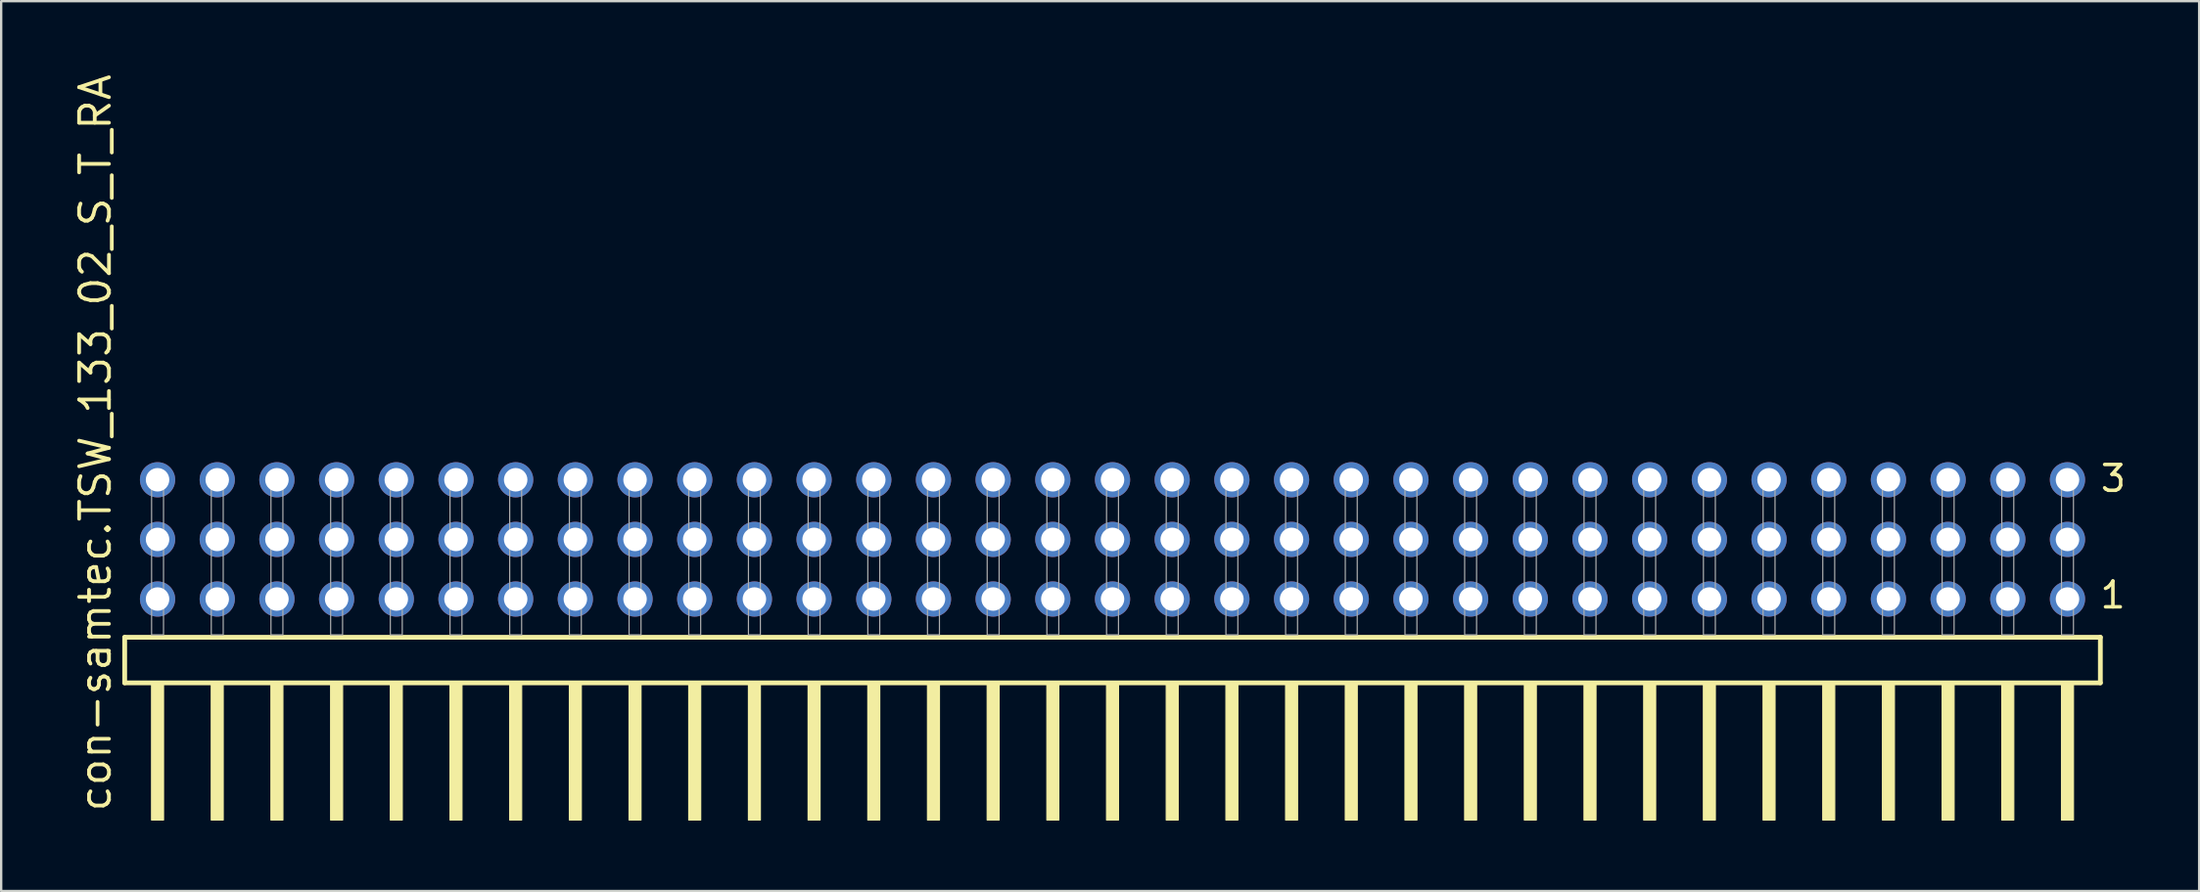
<source format=kicad_pcb>
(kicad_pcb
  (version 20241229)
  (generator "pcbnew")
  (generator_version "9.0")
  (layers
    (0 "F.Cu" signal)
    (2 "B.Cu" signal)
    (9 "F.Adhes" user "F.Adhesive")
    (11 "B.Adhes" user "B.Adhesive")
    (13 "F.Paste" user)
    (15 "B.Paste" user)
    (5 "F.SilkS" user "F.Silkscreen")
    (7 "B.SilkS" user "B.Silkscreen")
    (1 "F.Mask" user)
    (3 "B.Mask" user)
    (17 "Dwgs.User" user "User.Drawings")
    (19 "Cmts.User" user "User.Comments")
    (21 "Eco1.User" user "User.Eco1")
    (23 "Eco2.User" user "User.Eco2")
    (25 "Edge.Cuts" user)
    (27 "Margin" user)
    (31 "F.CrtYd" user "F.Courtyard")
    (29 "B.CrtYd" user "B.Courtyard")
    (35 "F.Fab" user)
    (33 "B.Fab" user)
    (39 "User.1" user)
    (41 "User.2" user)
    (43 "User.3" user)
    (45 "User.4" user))
  (footprint "con-samtec.TSW_133_02_S_T_RA"
    (layer "F.Cu")
    (at 44.295 23.993)
    (property "Reference" "con-samtec.TSW_133_02_S_T_RA" (at -42.545 7.62 90) (layer "F.SilkS") (effects (font (size 1.27 1.27) (thickness 0.16)) (justify left bottom)))
    (attr through_hole)
    (fp_line (start -42.039 0.106) (end -42.039 2.046) (stroke (width 0.203) (type default)) (layer "F.SilkS"))
    (fp_line (start -42.039 2.046) (end 42.039 2.046) (stroke (width 0.203) (type default)) (layer "F.SilkS"))
    (fp_line (start 42.039 0.106) (end -42.039 0.106) (stroke (width 0.203) (type default)) (layer "F.SilkS"))
    (fp_line (start 42.039 2.046) (end 42.039 0.106) (stroke (width 0.203) (type default)) (layer "F.SilkS"))
    (fp_rect (start -40.894 7.89) (end -40.386 2.04) (stroke (width 0.05) (type default)) (fill yes) (layer "F.SilkS"))
    (fp_rect (start -38.354 7.89) (end -37.846 2.04) (stroke (width 0.05) (type default)) (fill yes) (layer "F.SilkS"))
    (fp_rect (start -35.814 7.89) (end -35.306 2.04) (stroke (width 0.05) (type default)) (fill yes) (layer "F.SilkS"))
    (fp_rect (start -33.274 7.89) (end -32.766 2.04) (stroke (width 0.05) (type default)) (fill yes) (layer "F.SilkS"))
    (fp_rect (start -30.734 7.89) (end -30.226 2.04) (stroke (width 0.05) (type default)) (fill yes) (layer "F.SilkS"))
    (fp_rect (start -28.194 7.89) (end -27.686 2.04) (stroke (width 0.05) (type default)) (fill yes) (layer "F.SilkS"))
    (fp_rect (start -25.654 7.89) (end -25.146 2.04) (stroke (width 0.05) (type default)) (fill yes) (layer "F.SilkS"))
    (fp_rect (start -23.114 7.89) (end -22.606 2.04) (stroke (width 0.05) (type default)) (fill yes) (layer "F.SilkS"))
    (fp_rect (start -20.574 7.89) (end -20.066 2.04) (stroke (width 0.05) (type default)) (fill yes) (layer "F.SilkS"))
    (fp_rect (start -18.034 7.89) (end -17.526 2.04) (stroke (width 0.05) (type default)) (fill yes) (layer "F.SilkS"))
    (fp_rect (start -15.494 7.89) (end -14.986 2.04) (stroke (width 0.05) (type default)) (fill yes) (layer "F.SilkS"))
    (fp_rect (start -12.954 7.89) (end -12.446 2.04) (stroke (width 0.05) (type default)) (fill yes) (layer "F.SilkS"))
    (fp_rect (start -10.414 7.89) (end -9.906 2.04) (stroke (width 0.05) (type default)) (fill yes) (layer "F.SilkS"))
    (fp_rect (start -7.874 7.89) (end -7.366 2.04) (stroke (width 0.05) (type default)) (fill yes) (layer "F.SilkS"))
    (fp_rect (start -5.334 7.89) (end -4.826 2.04) (stroke (width 0.05) (type default)) (fill yes) (layer "F.SilkS"))
    (fp_rect (start -2.794 7.89) (end -2.286 2.04) (stroke (width 0.05) (type default)) (fill yes) (layer "F.SilkS"))
    (fp_rect (start -0.254 7.89) (end 0.254 2.04) (stroke (width 0.05) (type default)) (fill yes) (layer "F.SilkS"))
    (fp_rect (start 2.286 7.89) (end 2.794 2.04) (stroke (width 0.05) (type default)) (fill yes) (layer "F.SilkS"))
    (fp_rect (start 4.826 7.89) (end 5.334 2.04) (stroke (width 0.05) (type default)) (fill yes) (layer "F.SilkS"))
    (fp_rect (start 7.366 7.89) (end 7.874 2.04) (stroke (width 0.05) (type default)) (fill yes) (layer "F.SilkS"))
    (fp_rect (start 9.906 7.89) (end 10.414 2.04) (stroke (width 0.05) (type default)) (fill yes) (layer "F.SilkS"))
    (fp_rect (start 12.446 7.89) (end 12.954 2.04) (stroke (width 0.05) (type default)) (fill yes) (layer "F.SilkS"))
    (fp_rect (start 14.986 7.89) (end 15.494 2.04) (stroke (width 0.05) (type default)) (fill yes) (layer "F.SilkS"))
    (fp_rect (start 17.526 7.89) (end 18.034 2.04) (stroke (width 0.05) (type default)) (fill yes) (layer "F.SilkS"))
    (fp_rect (start 20.066 7.89) (end 20.574 2.04) (stroke (width 0.05) (type default)) (fill yes) (layer "F.SilkS"))
    (fp_rect (start 22.606 7.89) (end 23.114 2.04) (stroke (width 0.05) (type default)) (fill yes) (layer "F.SilkS"))
    (fp_rect (start 25.146 7.89) (end 25.654 2.04) (stroke (width 0.05) (type default)) (fill yes) (layer "F.SilkS"))
    (fp_rect (start 27.686 7.89) (end 28.194 2.04) (stroke (width 0.05) (type default)) (fill yes) (layer "F.SilkS"))
    (fp_rect (start 30.226 7.89) (end 30.734 2.04) (stroke (width 0.05) (type default)) (fill yes) (layer "F.SilkS"))
    (fp_rect (start 32.766 7.89) (end 33.274 2.04) (stroke (width 0.05) (type default)) (fill yes) (layer "F.SilkS"))
    (fp_rect (start 35.306 7.89) (end 35.814 2.04) (stroke (width 0.05) (type default)) (fill yes) (layer "F.SilkS"))
    (fp_rect (start 37.846 7.89) (end 38.354 2.04) (stroke (width 0.05) (type default)) (fill yes) (layer "F.SilkS"))
    (fp_rect (start 40.386 7.89) (end 40.894 2.04) (stroke (width 0.05) (type default)) (fill yes) (layer "F.SilkS"))
    (fp_rect (start -40.894 0) (end -40.386 -6.858) (stroke (width 0.05) (type default)) (fill no) (layer "F.Fab"))
    (fp_rect (start -38.354 0) (end -37.846 -6.858) (stroke (width 0.05) (type default)) (fill no) (layer "F.Fab"))
    (fp_rect (start -35.814 0) (end -35.306 -6.858) (stroke (width 0.05) (type default)) (fill no) (layer "F.Fab"))
    (fp_rect (start -33.274 0) (end -32.766 -6.858) (stroke (width 0.05) (type default)) (fill no) (layer "F.Fab"))
    (fp_rect (start -30.734 0) (end -30.226 -6.858) (stroke (width 0.05) (type default)) (fill no) (layer "F.Fab"))
    (fp_rect (start -28.194 0) (end -27.686 -6.858) (stroke (width 0.05) (type default)) (fill no) (layer "F.Fab"))
    (fp_rect (start -25.654 0) (end -25.146 -6.858) (stroke (width 0.05) (type default)) (fill no) (layer "F.Fab"))
    (fp_rect (start -23.114 0) (end -22.606 -6.858) (stroke (width 0.05) (type default)) (fill no) (layer "F.Fab"))
    (fp_rect (start -20.574 0) (end -20.066 -6.858) (stroke (width 0.05) (type default)) (fill no) (layer "F.Fab"))
    (fp_rect (start -18.034 0) (end -17.526 -6.858) (stroke (width 0.05) (type default)) (fill no) (layer "F.Fab"))
    (fp_rect (start -15.494 0) (end -14.986 -6.858) (stroke (width 0.05) (type default)) (fill no) (layer "F.Fab"))
    (fp_rect (start -12.954 0) (end -12.446 -6.858) (stroke (width 0.05) (type default)) (fill no) (layer "F.Fab"))
    (fp_rect (start -10.414 0) (end -9.906 -6.858) (stroke (width 0.05) (type default)) (fill no) (layer "F.Fab"))
    (fp_rect (start -7.874 0) (end -7.366 -6.858) (stroke (width 0.05) (type default)) (fill no) (layer "F.Fab"))
    (fp_rect (start -5.334 0) (end -4.826 -6.858) (stroke (width 0.05) (type default)) (fill no) (layer "F.Fab"))
    (fp_rect (start -2.794 0) (end -2.286 -6.858) (stroke (width 0.05) (type default)) (fill no) (layer "F.Fab"))
    (fp_rect (start -0.254 0) (end 0.254 -6.858) (stroke (width 0.05) (type default)) (fill no) (layer "F.Fab"))
    (fp_rect (start 2.286 0) (end 2.794 -6.858) (stroke (width 0.05) (type default)) (fill no) (layer "F.Fab"))
    (fp_rect (start 4.826 0) (end 5.334 -6.858) (stroke (width 0.05) (type default)) (fill no) (layer "F.Fab"))
    (fp_rect (start 7.366 0) (end 7.874 -6.858) (stroke (width 0.05) (type default)) (fill no) (layer "F.Fab"))
    (fp_rect (start 9.906 0) (end 10.414 -6.858) (stroke (width 0.05) (type default)) (fill no) (layer "F.Fab"))
    (fp_rect (start 12.446 0) (end 12.954 -6.858) (stroke (width 0.05) (type default)) (fill no) (layer "F.Fab"))
    (fp_rect (start 14.986 0) (end 15.494 -6.858) (stroke (width 0.05) (type default)) (fill no) (layer "F.Fab"))
    (fp_rect (start 17.526 0) (end 18.034 -6.858) (stroke (width 0.05) (type default)) (fill no) (layer "F.Fab"))
    (fp_rect (start 20.066 0) (end 20.574 -6.858) (stroke (width 0.05) (type default)) (fill no) (layer "F.Fab"))
    (fp_rect (start 22.606 0) (end 23.114 -6.858) (stroke (width 0.05) (type default)) (fill no) (layer "F.Fab"))
    (fp_rect (start 25.146 0) (end 25.654 -6.858) (stroke (width 0.05) (type default)) (fill no) (layer "F.Fab"))
    (fp_rect (start 27.686 0) (end 28.194 -6.858) (stroke (width 0.05) (type default)) (fill no) (layer "F.Fab"))
    (fp_rect (start 30.226 0) (end 30.734 -6.858) (stroke (width 0.05) (type default)) (fill no) (layer "F.Fab"))
    (fp_rect (start 32.766 0) (end 33.274 -6.858) (stroke (width 0.05) (type default)) (fill no) (layer "F.Fab"))
    (fp_rect (start 35.306 0) (end 35.814 -6.858) (stroke (width 0.05) (type default)) (fill no) (layer "F.Fab"))
    (fp_rect (start 37.846 0) (end 38.354 -6.858) (stroke (width 0.05) (type default)) (fill no) (layer "F.Fab"))
    (fp_rect (start 40.386 0) (end 40.894 -6.858) (stroke (width 0.05) (type default)) (fill no) (layer "F.Fab"))
    (fp_text user "3" (at 41.965 -6.015 0) (layer "F.SilkS") (effects (font (size 1.1 1.1) (thickness 0.15)) (justify left bottom)))
    (fp_text user "1" (at 41.95 -1.05 0) (layer "F.SilkS") (effects (font (size 1.1 1.1) (thickness 0.15)) (justify left bottom)))
    (pad "1" thru_hole circle (at 40.64 -1.524 180) (size 1.5 1.5) (drill 1) (layers "*.Cu" "*.Mask"))
    (pad "2" thru_hole circle (at 40.64 -4.064 180) (size 1.5 1.5) (drill 1) (layers "*.Cu" "*.Mask"))
    (pad "3" thru_hole circle (at 40.64 -6.604 180) (size 1.5 1.5) (drill 1) (layers "*.Cu" "*.Mask"))
    (pad "4" thru_hole circle (at 38.1 -1.524 180) (size 1.5 1.5) (drill 1) (layers "*.Cu" "*.Mask"))
    (pad "5" thru_hole circle (at 38.1 -4.064 180) (size 1.5 1.5) (drill 1) (layers "*.Cu" "*.Mask"))
    (pad "6" thru_hole circle (at 38.1 -6.604 180) (size 1.5 1.5) (drill 1) (layers "*.Cu" "*.Mask"))
    (pad "7" thru_hole circle (at 35.56 -1.524 180) (size 1.5 1.5) (drill 1) (layers "*.Cu" "*.Mask"))
    (pad "8" thru_hole circle (at 35.56 -4.064 180) (size 1.5 1.5) (drill 1) (layers "*.Cu" "*.Mask"))
    (pad "9" thru_hole circle (at 35.56 -6.604 180) (size 1.5 1.5) (drill 1) (layers "*.Cu" "*.Mask"))
    (pad "10" thru_hole circle (at 33.02 -1.524 180) (size 1.5 1.5) (drill 1) (layers "*.Cu" "*.Mask"))
    (pad "11" thru_hole circle (at 33.02 -4.064 180) (size 1.5 1.5) (drill 1) (layers "*.Cu" "*.Mask"))
    (pad "12" thru_hole circle (at 33.02 -6.604 180) (size 1.5 1.5) (drill 1) (layers "*.Cu" "*.Mask"))
    (pad "13" thru_hole circle (at 30.48 -1.524 180) (size 1.5 1.5) (drill 1) (layers "*.Cu" "*.Mask"))
    (pad "14" thru_hole circle (at 30.48 -4.064 180) (size 1.5 1.5) (drill 1) (layers "*.Cu" "*.Mask"))
    (pad "15" thru_hole circle (at 30.48 -6.604 180) (size 1.5 1.5) (drill 1) (layers "*.Cu" "*.Mask"))
    (pad "16" thru_hole circle (at 27.94 -1.524 180) (size 1.5 1.5) (drill 1) (layers "*.Cu" "*.Mask"))
    (pad "17" thru_hole circle (at 27.94 -4.064 180) (size 1.5 1.5) (drill 1) (layers "*.Cu" "*.Mask"))
    (pad "18" thru_hole circle (at 27.94 -6.604 180) (size 1.5 1.5) (drill 1) (layers "*.Cu" "*.Mask"))
    (pad "19" thru_hole circle (at 25.4 -1.524 180) (size 1.5 1.5) (drill 1) (layers "*.Cu" "*.Mask"))
    (pad "20" thru_hole circle (at 25.4 -4.064 180) (size 1.5 1.5) (drill 1) (layers "*.Cu" "*.Mask"))
    (pad "21" thru_hole circle (at 25.4 -6.604 180) (size 1.5 1.5) (drill 1) (layers "*.Cu" "*.Mask"))
    (pad "22" thru_hole circle (at 22.86 -1.524 180) (size 1.5 1.5) (drill 1) (layers "*.Cu" "*.Mask"))
    (pad "23" thru_hole circle (at 22.86 -4.064 180) (size 1.5 1.5) (drill 1) (layers "*.Cu" "*.Mask"))
    (pad "24" thru_hole circle (at 22.86 -6.604 180) (size 1.5 1.5) (drill 1) (layers "*.Cu" "*.Mask"))
    (pad "25" thru_hole circle (at 20.32 -1.524 180) (size 1.5 1.5) (drill 1) (layers "*.Cu" "*.Mask"))
    (pad "26" thru_hole circle (at 20.32 -4.064 180) (size 1.5 1.5) (drill 1) (layers "*.Cu" "*.Mask"))
    (pad "27" thru_hole circle (at 20.32 -6.604 180) (size 1.5 1.5) (drill 1) (layers "*.Cu" "*.Mask"))
    (pad "28" thru_hole circle (at 17.78 -1.524 180) (size 1.5 1.5) (drill 1) (layers "*.Cu" "*.Mask"))
    (pad "29" thru_hole circle (at 17.78 -4.064 180) (size 1.5 1.5) (drill 1) (layers "*.Cu" "*.Mask"))
    (pad "30" thru_hole circle (at 17.78 -6.604 180) (size 1.5 1.5) (drill 1) (layers "*.Cu" "*.Mask"))
    (pad "31" thru_hole circle (at 15.24 -1.524 180) (size 1.5 1.5) (drill 1) (layers "*.Cu" "*.Mask"))
    (pad "32" thru_hole circle (at 15.24 -4.064 180) (size 1.5 1.5) (drill 1) (layers "*.Cu" "*.Mask"))
    (pad "33" thru_hole circle (at 15.24 -6.604 180) (size 1.5 1.5) (drill 1) (layers "*.Cu" "*.Mask"))
    (pad "34" thru_hole circle (at 12.7 -1.524 180) (size 1.5 1.5) (drill 1) (layers "*.Cu" "*.Mask"))
    (pad "35" thru_hole circle (at 12.7 -4.064 180) (size 1.5 1.5) (drill 1) (layers "*.Cu" "*.Mask"))
    (pad "36" thru_hole circle (at 12.7 -6.604 180) (size 1.5 1.5) (drill 1) (layers "*.Cu" "*.Mask"))
    (pad "37" thru_hole circle (at 10.16 -1.524 180) (size 1.5 1.5) (drill 1) (layers "*.Cu" "*.Mask"))
    (pad "38" thru_hole circle (at 10.16 -4.064 180) (size 1.5 1.5) (drill 1) (layers "*.Cu" "*.Mask"))
    (pad "39" thru_hole circle (at 10.16 -6.604 180) (size 1.5 1.5) (drill 1) (layers "*.Cu" "*.Mask"))
    (pad "40" thru_hole circle (at 7.62 -1.524 180) (size 1.5 1.5) (drill 1) (layers "*.Cu" "*.Mask"))
    (pad "41" thru_hole circle (at 7.62 -4.064 180) (size 1.5 1.5) (drill 1) (layers "*.Cu" "*.Mask"))
    (pad "42" thru_hole circle (at 7.62 -6.604 180) (size 1.5 1.5) (drill 1) (layers "*.Cu" "*.Mask"))
    (pad "43" thru_hole circle (at 5.08 -1.524 180) (size 1.5 1.5) (drill 1) (layers "*.Cu" "*.Mask"))
    (pad "44" thru_hole circle (at 5.08 -4.064 180) (size 1.5 1.5) (drill 1) (layers "*.Cu" "*.Mask"))
    (pad "45" thru_hole circle (at 5.08 -6.604 180) (size 1.5 1.5) (drill 1) (layers "*.Cu" "*.Mask"))
    (pad "46" thru_hole circle (at 2.54 -1.524 180) (size 1.5 1.5) (drill 1) (layers "*.Cu" "*.Mask"))
    (pad "47" thru_hole circle (at 2.54 -4.064 180) (size 1.5 1.5) (drill 1) (layers "*.Cu" "*.Mask"))
    (pad "48" thru_hole circle (at 2.54 -6.604 180) (size 1.5 1.5) (drill 1) (layers "*.Cu" "*.Mask"))
    (pad "49" thru_hole circle (at 0 -1.524 180) (size 1.5 1.5) (drill 1) (layers "*.Cu" "*.Mask"))
    (pad "50" thru_hole circle (at 0 -4.064 180) (size 1.5 1.5) (drill 1) (layers "*.Cu" "*.Mask"))
    (pad "51" thru_hole circle (at 0 -6.604 180) (size 1.5 1.5) (drill 1) (layers "*.Cu" "*.Mask"))
    (pad "52" thru_hole circle (at -2.54 -1.524 180) (size 1.5 1.5) (drill 1) (layers "*.Cu" "*.Mask"))
    (pad "53" thru_hole circle (at -2.54 -4.064 180) (size 1.5 1.5) (drill 1) (layers "*.Cu" "*.Mask"))
    (pad "54" thru_hole circle (at -2.54 -6.604 180) (size 1.5 1.5) (drill 1) (layers "*.Cu" "*.Mask"))
    (pad "55" thru_hole circle (at -5.08 -1.524 180) (size 1.5 1.5) (drill 1) (layers "*.Cu" "*.Mask"))
    (pad "56" thru_hole circle (at -5.08 -4.064 180) (size 1.5 1.5) (drill 1) (layers "*.Cu" "*.Mask"))
    (pad "57" thru_hole circle (at -5.08 -6.604 180) (size 1.5 1.5) (drill 1) (layers "*.Cu" "*.Mask"))
    (pad "58" thru_hole circle (at -7.62 -1.524 180) (size 1.5 1.5) (drill 1) (layers "*.Cu" "*.Mask"))
    (pad "59" thru_hole circle (at -7.62 -4.064 180) (size 1.5 1.5) (drill 1) (layers "*.Cu" "*.Mask"))
    (pad "60" thru_hole circle (at -7.62 -6.604 180) (size 1.5 1.5) (drill 1) (layers "*.Cu" "*.Mask"))
    (pad "61" thru_hole circle (at -10.16 -1.524 180) (size 1.5 1.5) (drill 1) (layers "*.Cu" "*.Mask"))
    (pad "62" thru_hole circle (at -10.16 -4.064 180) (size 1.5 1.5) (drill 1) (layers "*.Cu" "*.Mask"))
    (pad "63" thru_hole circle (at -10.16 -6.604 180) (size 1.5 1.5) (drill 1) (layers "*.Cu" "*.Mask"))
    (pad "64" thru_hole circle (at -12.7 -1.524 180) (size 1.5 1.5) (drill 1) (layers "*.Cu" "*.Mask"))
    (pad "65" thru_hole circle (at -12.7 -4.064 180) (size 1.5 1.5) (drill 1) (layers "*.Cu" "*.Mask"))
    (pad "66" thru_hole circle (at -12.7 -6.604 180) (size 1.5 1.5) (drill 1) (layers "*.Cu" "*.Mask"))
    (pad "67" thru_hole circle (at -15.24 -1.524 180) (size 1.5 1.5) (drill 1) (layers "*.Cu" "*.Mask"))
    (pad "68" thru_hole circle (at -15.24 -4.064 180) (size 1.5 1.5) (drill 1) (layers "*.Cu" "*.Mask"))
    (pad "69" thru_hole circle (at -15.24 -6.604 180) (size 1.5 1.5) (drill 1) (layers "*.Cu" "*.Mask"))
    (pad "70" thru_hole circle (at -17.78 -1.524 180) (size 1.5 1.5) (drill 1) (layers "*.Cu" "*.Mask"))
    (pad "71" thru_hole circle (at -17.78 -4.064 180) (size 1.5 1.5) (drill 1) (layers "*.Cu" "*.Mask"))
    (pad "72" thru_hole circle (at -17.78 -6.604 180) (size 1.5 1.5) (drill 1) (layers "*.Cu" "*.Mask"))
    (pad "73" thru_hole circle (at -20.32 -1.524 180) (size 1.5 1.5) (drill 1) (layers "*.Cu" "*.Mask"))
    (pad "74" thru_hole circle (at -20.32 -4.064 180) (size 1.5 1.5) (drill 1) (layers "*.Cu" "*.Mask"))
    (pad "75" thru_hole circle (at -20.32 -6.604 180) (size 1.5 1.5) (drill 1) (layers "*.Cu" "*.Mask"))
    (pad "76" thru_hole circle (at -22.86 -1.524 180) (size 1.5 1.5) (drill 1) (layers "*.Cu" "*.Mask"))
    (pad "77" thru_hole circle (at -22.86 -4.064 180) (size 1.5 1.5) (drill 1) (layers "*.Cu" "*.Mask"))
    (pad "78" thru_hole circle (at -22.86 -6.604 180) (size 1.5 1.5) (drill 1) (layers "*.Cu" "*.Mask"))
    (pad "79" thru_hole circle (at -25.4 -1.524 180) (size 1.5 1.5) (drill 1) (layers "*.Cu" "*.Mask"))
    (pad "80" thru_hole circle (at -25.4 -4.064 180) (size 1.5 1.5) (drill 1) (layers "*.Cu" "*.Mask"))
    (pad "81" thru_hole circle (at -25.4 -6.604 180) (size 1.5 1.5) (drill 1) (layers "*.Cu" "*.Mask"))
    (pad "82" thru_hole circle (at -27.94 -1.524 180) (size 1.5 1.5) (drill 1) (layers "*.Cu" "*.Mask"))
    (pad "83" thru_hole circle (at -27.94 -4.064 180) (size 1.5 1.5) (drill 1) (layers "*.Cu" "*.Mask"))
    (pad "84" thru_hole circle (at -27.94 -6.604 180) (size 1.5 1.5) (drill 1) (layers "*.Cu" "*.Mask"))
    (pad "85" thru_hole circle (at -30.48 -1.524 180) (size 1.5 1.5) (drill 1) (layers "*.Cu" "*.Mask"))
    (pad "86" thru_hole circle (at -30.48 -4.064 180) (size 1.5 1.5) (drill 1) (layers "*.Cu" "*.Mask"))
    (pad "87" thru_hole circle (at -30.48 -6.604 180) (size 1.5 1.5) (drill 1) (layers "*.Cu" "*.Mask"))
    (pad "88" thru_hole circle (at -33.02 -1.524 180) (size 1.5 1.5) (drill 1) (layers "*.Cu" "*.Mask"))
    (pad "89" thru_hole circle (at -33.02 -4.064 180) (size 1.5 1.5) (drill 1) (layers "*.Cu" "*.Mask"))
    (pad "90" thru_hole circle (at -33.02 -6.604 180) (size 1.5 1.5) (drill 1) (layers "*.Cu" "*.Mask"))
    (pad "91" thru_hole circle (at -35.56 -1.524 180) (size 1.5 1.5) (drill 1) (layers "*.Cu" "*.Mask"))
    (pad "92" thru_hole circle (at -35.56 -4.064 180) (size 1.5 1.5) (drill 1) (layers "*.Cu" "*.Mask"))
    (pad "93" thru_hole circle (at -35.56 -6.604 180) (size 1.5 1.5) (drill 1) (layers "*.Cu" "*.Mask"))
    (pad "94" thru_hole circle (at -38.1 -1.524 180) (size 1.5 1.5) (drill 1) (layers "*.Cu" "*.Mask"))
    (pad "95" thru_hole circle (at -38.1 -4.064 180) (size 1.5 1.5) (drill 1) (layers "*.Cu" "*.Mask"))
    (pad "96" thru_hole circle (at -38.1 -6.604 180) (size 1.5 1.5) (drill 1) (layers "*.Cu" "*.Mask"))
    (pad "97" thru_hole circle (at -40.64 -1.524 180) (size 1.5 1.5) (drill 1) (layers "*.Cu" "*.Mask"))
    (pad "98" thru_hole circle (at -40.64 -4.064 180) (size 1.5 1.5) (drill 1) (layers "*.Cu" "*.Mask"))
    (pad "99" thru_hole circle (at -40.64 -6.604 180) (size 1.5 1.5) (drill 1) (layers "*.Cu" "*.Mask")))
  (gr_rect
    (start -3 -3)
    (end 90.538 34.908)
    (stroke (width 0.1) (type default))
    (fill no)
    (layer "Edge.Cuts")))
</source>
